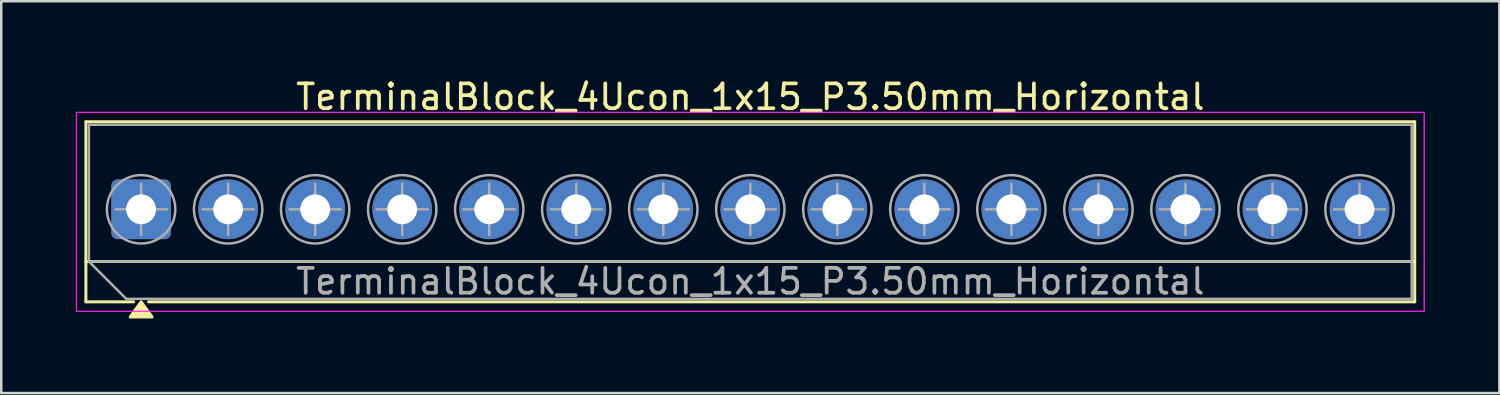
<source format=kicad_pcb>
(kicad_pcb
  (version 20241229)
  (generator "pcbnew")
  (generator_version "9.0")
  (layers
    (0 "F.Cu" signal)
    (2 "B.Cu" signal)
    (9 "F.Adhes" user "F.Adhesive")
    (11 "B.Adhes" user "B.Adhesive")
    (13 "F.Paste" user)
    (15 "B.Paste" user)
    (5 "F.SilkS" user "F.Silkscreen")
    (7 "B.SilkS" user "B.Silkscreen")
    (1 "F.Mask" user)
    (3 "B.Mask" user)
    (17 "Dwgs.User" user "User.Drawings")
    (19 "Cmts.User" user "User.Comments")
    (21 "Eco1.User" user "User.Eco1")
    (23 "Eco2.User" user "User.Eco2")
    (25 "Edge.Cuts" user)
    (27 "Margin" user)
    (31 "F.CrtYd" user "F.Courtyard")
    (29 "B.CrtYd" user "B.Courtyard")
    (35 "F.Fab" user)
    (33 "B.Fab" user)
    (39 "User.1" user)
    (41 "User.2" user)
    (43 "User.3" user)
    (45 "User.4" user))
  (footprint "TerminalBlock_4Ucon_1x15_P3.50mm_Horizontal"
    (layer "F.Cu")
    (at 2.625 5.368)
    (property "Reference" "TerminalBlock_4Ucon_1x15_P3.50mm_Horizontal" (at 24.5 -4.52 0) (layer "F.SilkS") (effects (font (size 1 1) (thickness 0.15))))
    (attr through_hole)
    (fp_line (start -2.22 -3.52) (end 51.22 -3.52) (stroke (width 0.12) (type solid)) (layer "F.SilkS"))
    (fp_line (start -2.22 2.1) (end 51.22 2.1) (stroke (width 0.12) (type solid)) (layer "F.SilkS"))
    (fp_line (start -2.22 3.72) (end -2.22 -3.52) (stroke (width 0.12) (type solid)) (layer "F.SilkS"))
    (fp_line (start -0.3 3.72) (end -2.22 3.72) (stroke (width 0.12) (type solid)) (layer "F.SilkS"))
    (fp_line (start 51.22 -3.52) (end 51.22 3.72) (stroke (width 0.12) (type solid)) (layer "F.SilkS"))
    (fp_line (start 51.22 3.72) (end 0.3 3.72) (stroke (width 0.12) (type solid)) (layer "F.SilkS"))
    (fp_poly (pts (xy 0 3.72) (xy 0.44 4.33) (xy -0.44 4.33)) (stroke (width 0.12) (type solid)) (fill yes) (layer "F.SilkS"))
    (fp_rect (start -2.6 -3.9) (end 51.6 4.1) (stroke (width 0.05) (type solid)) (fill no) (layer "F.CrtYd"))
    (fp_line (start -2.1 -3.4) (end 51.1 -3.4) (stroke (width 0.1) (type solid)) (layer "F.Fab"))
    (fp_line (start -2.1 2.1) (end -2.1 -3.4) (stroke (width 0.1) (type solid)) (layer "F.Fab"))
    (fp_line (start -2.1 2.1) (end 51.1 2.1) (stroke (width 0.1) (type solid)) (layer "F.Fab"))
    (fp_line (start -1.031 0) (end 1.031 0) (stroke (width 0.1) (type solid)) (layer "F.Fab"))
    (fp_line (start -0.6 3.6) (end -2.1 2.1) (stroke (width 0.1) (type solid)) (layer "F.Fab"))
    (fp_line (start 0 -1.031) (end 0 1.031) (stroke (width 0.1) (type solid)) (layer "F.Fab"))
    (fp_line (start 2.469 0) (end 4.531 0) (stroke (width 0.1) (type solid)) (layer "F.Fab"))
    (fp_line (start 3.5 -1.031) (end 3.5 1.031) (stroke (width 0.1) (type solid)) (layer "F.Fab"))
    (fp_line (start 5.969 0) (end 8.031 0) (stroke (width 0.1) (type solid)) (layer "F.Fab"))
    (fp_line (start 7 -1.031) (end 7 1.031) (stroke (width 0.1) (type solid)) (layer "F.Fab"))
    (fp_line (start 9.469 0) (end 11.531 0) (stroke (width 0.1) (type solid)) (layer "F.Fab"))
    (fp_line (start 10.5 -1.031) (end 10.5 1.031) (stroke (width 0.1) (type solid)) (layer "F.Fab"))
    (fp_line (start 12.969 0) (end 15.031 0) (stroke (width 0.1) (type solid)) (layer "F.Fab"))
    (fp_line (start 14 -1.031) (end 14 1.031) (stroke (width 0.1) (type solid)) (layer "F.Fab"))
    (fp_line (start 16.469 0) (end 18.531 0) (stroke (width 0.1) (type solid)) (layer "F.Fab"))
    (fp_line (start 17.5 -1.031) (end 17.5 1.031) (stroke (width 0.1) (type solid)) (layer "F.Fab"))
    (fp_line (start 19.969 0) (end 22.031 0) (stroke (width 0.1) (type solid)) (layer "F.Fab"))
    (fp_line (start 21 -1.031) (end 21 1.031) (stroke (width 0.1) (type solid)) (layer "F.Fab"))
    (fp_line (start 23.469 0) (end 25.531 0) (stroke (width 0.1) (type solid)) (layer "F.Fab"))
    (fp_line (start 24.5 -1.031) (end 24.5 1.031) (stroke (width 0.1) (type solid)) (layer "F.Fab"))
    (fp_line (start 26.969 0) (end 29.031 0) (stroke (width 0.1) (type solid)) (layer "F.Fab"))
    (fp_line (start 28 -1.031) (end 28 1.031) (stroke (width 0.1) (type solid)) (layer "F.Fab"))
    (fp_line (start 30.469 0) (end 32.531 0) (stroke (width 0.1) (type solid)) (layer "F.Fab"))
    (fp_line (start 31.5 -1.031) (end 31.5 1.031) (stroke (width 0.1) (type solid)) (layer "F.Fab"))
    (fp_line (start 33.969 0) (end 36.031 0) (stroke (width 0.1) (type solid)) (layer "F.Fab"))
    (fp_line (start 35 -1.031) (end 35 1.031) (stroke (width 0.1) (type solid)) (layer "F.Fab"))
    (fp_line (start 37.469 0) (end 39.531 0) (stroke (width 0.1) (type solid)) (layer "F.Fab"))
    (fp_line (start 38.5 -1.031) (end 38.5 1.031) (stroke (width 0.1) (type solid)) (layer "F.Fab"))
    (fp_line (start 40.969 0) (end 43.031 0) (stroke (width 0.1) (type solid)) (layer "F.Fab"))
    (fp_line (start 42 -1.031) (end 42 1.031) (stroke (width 0.1) (type solid)) (layer "F.Fab"))
    (fp_line (start 44.469 0) (end 46.531 0) (stroke (width 0.1) (type solid)) (layer "F.Fab"))
    (fp_line (start 45.5 -1.031) (end 45.5 1.031) (stroke (width 0.1) (type solid)) (layer "F.Fab"))
    (fp_line (start 47.969 0) (end 50.031 0) (stroke (width 0.1) (type solid)) (layer "F.Fab"))
    (fp_line (start 49 -1.031) (end 49 1.031) (stroke (width 0.1) (type solid)) (layer "F.Fab"))
    (fp_line (start 51.1 -3.4) (end 51.1 3.6) (stroke (width 0.1) (type solid)) (layer "F.Fab"))
    (fp_line (start 51.1 3.6) (end -0.6 3.6) (stroke (width 0.1) (type solid)) (layer "F.Fab"))
    (fp_circle (center 0 0) (end 1.375 0) (stroke (width 0.1) (type solid)) (fill no) (layer "F.Fab"))
    (fp_circle (center 3.5 0) (end 4.875 0) (stroke (width 0.1) (type solid)) (fill no) (layer "F.Fab"))
    (fp_circle (center 7 0) (end 8.375 0) (stroke (width 0.1) (type solid)) (fill no) (layer "F.Fab"))
    (fp_circle (center 10.5 0) (end 11.875 0) (stroke (width 0.1) (type solid)) (fill no) (layer "F.Fab"))
    (fp_circle (center 14 0) (end 15.375 0) (stroke (width 0.1) (type solid)) (fill no) (layer "F.Fab"))
    (fp_circle (center 17.5 0) (end 18.875 0) (stroke (width 0.1) (type solid)) (fill no) (layer "F.Fab"))
    (fp_circle (center 21 0) (end 22.375 0) (stroke (width 0.1) (type solid)) (fill no) (layer "F.Fab"))
    (fp_circle (center 24.5 0) (end 25.875 0) (stroke (width 0.1) (type solid)) (fill no) (layer "F.Fab"))
    (fp_circle (center 28 0) (end 29.375 0) (stroke (width 0.1) (type solid)) (fill no) (layer "F.Fab"))
    (fp_circle (center 31.5 0) (end 32.875 0) (stroke (width 0.1) (type solid)) (fill no) (layer "F.Fab"))
    (fp_circle (center 35 0) (end 36.375 0) (stroke (width 0.1) (type solid)) (fill no) (layer "F.Fab"))
    (fp_circle (center 38.5 0) (end 39.875 0) (stroke (width 0.1) (type solid)) (fill no) (layer "F.Fab"))
    (fp_circle (center 42 0) (end 43.375 0) (stroke (width 0.1) (type solid)) (fill no) (layer "F.Fab"))
    (fp_circle (center 45.5 0) (end 46.875 0) (stroke (width 0.1) (type solid)) (fill no) (layer "F.Fab"))
    (fp_circle (center 49 0) (end 50.375 0) (stroke (width 0.1) (type solid)) (fill no) (layer "F.Fab"))
    (fp_text user "${REFERENCE}" (at 24.5 2.9 0) (layer "F.Fab") (effects (font (size 1 1) (thickness 0.15))))
    (pad "1" thru_hole roundrect (at 0 0) (size 2.4 2.4) (drill 1.2) (layers "*.Cu" "*.Mask") (roundrect_rratio 0.104))
    (pad "2" thru_hole circle (at 3.5 0) (size 2.4 2.4) (drill 1.2) (layers "*.Cu" "*.Mask"))
    (pad "3" thru_hole circle (at 7 0) (size 2.4 2.4) (drill 1.2) (layers "*.Cu" "*.Mask"))
    (pad "4" thru_hole circle (at 10.5 0) (size 2.4 2.4) (drill 1.2) (layers "*.Cu" "*.Mask"))
    (pad "5" thru_hole circle (at 14 0) (size 2.4 2.4) (drill 1.2) (layers "*.Cu" "*.Mask"))
    (pad "6" thru_hole circle (at 17.5 0) (size 2.4 2.4) (drill 1.2) (layers "*.Cu" "*.Mask"))
    (pad "7" thru_hole circle (at 21 0) (size 2.4 2.4) (drill 1.2) (layers "*.Cu" "*.Mask"))
    (pad "8" thru_hole circle (at 24.5 0) (size 2.4 2.4) (drill 1.2) (layers "*.Cu" "*.Mask"))
    (pad "9" thru_hole circle (at 28 0) (size 2.4 2.4) (drill 1.2) (layers "*.Cu" "*.Mask"))
    (pad "10" thru_hole circle (at 31.5 0) (size 2.4 2.4) (drill 1.2) (layers "*.Cu" "*.Mask"))
    (pad "11" thru_hole circle (at 35 0) (size 2.4 2.4) (drill 1.2) (layers "*.Cu" "*.Mask"))
    (pad "12" thru_hole circle (at 38.5 0) (size 2.4 2.4) (drill 1.2) (layers "*.Cu" "*.Mask"))
    (pad "13" thru_hole circle (at 42 0) (size 2.4 2.4) (drill 1.2) (layers "*.Cu" "*.Mask"))
    (pad "14" thru_hole circle (at 45.5 0) (size 2.4 2.4) (drill 1.2) (layers "*.Cu" "*.Mask"))
    (pad "15" thru_hole circle (at 49 0) (size 2.4 2.4) (drill 1.2) (layers "*.Cu" "*.Mask")))
  (gr_rect
    (start -3 -3)
    (end 57.25 12.758)
    (stroke (width 0.1) (type default))
    (fill no)
    (layer "Edge.Cuts")))
</source>
